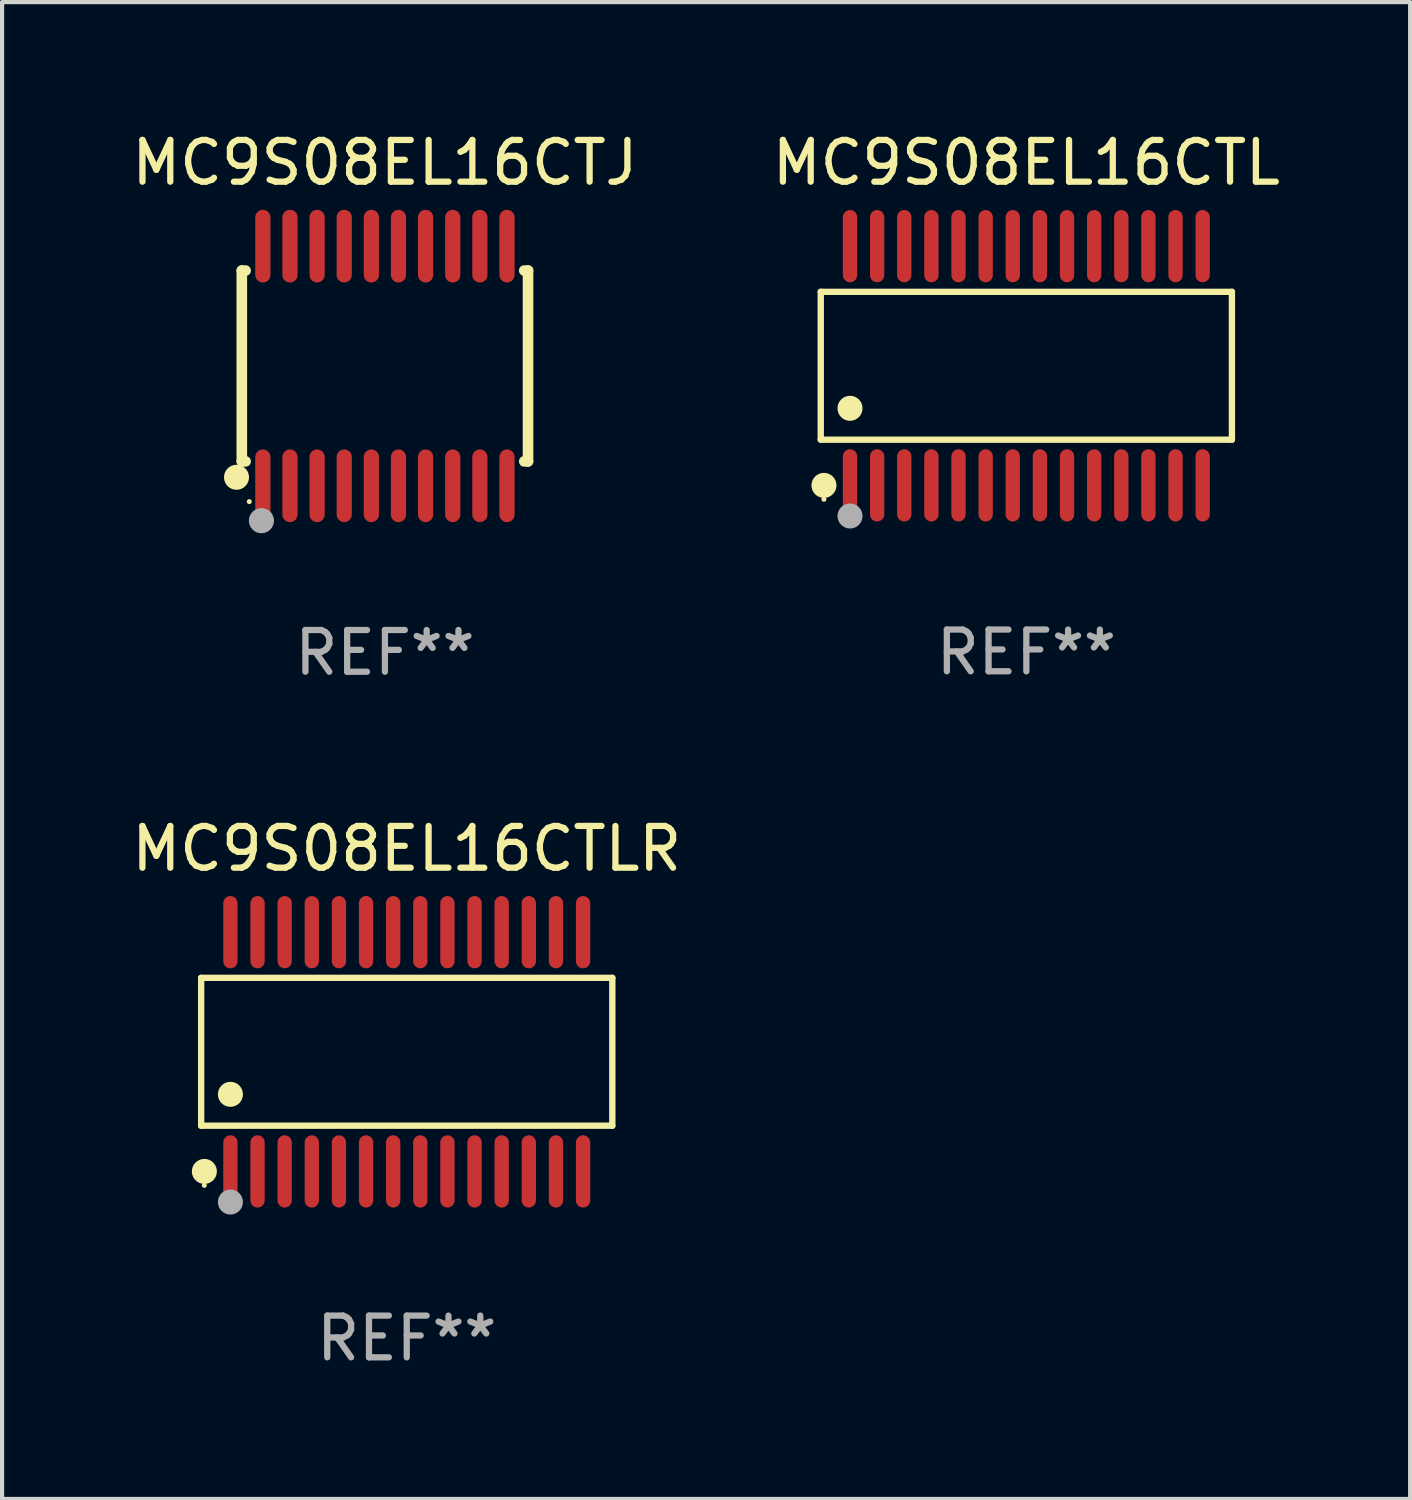
<source format=kicad_pcb>
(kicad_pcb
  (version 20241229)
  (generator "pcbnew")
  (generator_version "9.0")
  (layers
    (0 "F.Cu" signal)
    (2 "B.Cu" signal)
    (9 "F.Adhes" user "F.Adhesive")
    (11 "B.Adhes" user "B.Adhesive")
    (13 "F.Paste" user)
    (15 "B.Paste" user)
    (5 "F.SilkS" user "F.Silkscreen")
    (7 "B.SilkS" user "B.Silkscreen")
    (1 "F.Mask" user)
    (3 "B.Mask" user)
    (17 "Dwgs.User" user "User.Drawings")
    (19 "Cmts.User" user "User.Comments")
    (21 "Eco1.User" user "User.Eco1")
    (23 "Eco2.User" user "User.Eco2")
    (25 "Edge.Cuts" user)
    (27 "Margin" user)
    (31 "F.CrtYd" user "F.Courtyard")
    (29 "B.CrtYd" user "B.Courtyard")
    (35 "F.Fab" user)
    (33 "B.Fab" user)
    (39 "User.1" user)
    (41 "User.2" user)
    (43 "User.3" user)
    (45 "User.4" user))
  (footprint "MC9S08EL16CTL"
    (layer "F.Cu")
    (at 21.542 5.714)
    (property "Reference" "MC9S08EL16CTL" (at 0 -4.866 0) (layer "F.SilkS") (effects (font (size 1 1) (thickness 0.15))))
    (attr through_hole)
    (fp_line (start -4.926 -1.772) (end 4.926 -1.772) (stroke (width 0.152) (type solid)) (layer "F.SilkS"))
    (fp_line (start -4.926 1.771) (end -4.926 -1.772) (stroke (width 0.152) (type solid)) (layer "F.SilkS"))
    (fp_line (start 4.926 -1.772) (end 4.926 1.771) (stroke (width 0.152) (type solid)) (layer "F.SilkS"))
    (fp_line (start 4.926 1.771) (end -4.926 1.771) (stroke (width 0.152) (type solid)) (layer "F.SilkS"))
    (fp_circle (center -4.85 3.2) (end -4.82 3.2) (stroke (width 0.06) (type solid)) (fill no) (layer "F.SilkS"))
    (fp_circle (center -4.849 2.866) (end -4.699 2.866) (stroke (width 0.3) (type solid)) (fill no) (layer "F.SilkS"))
    (fp_circle (center -4.225 1.019) (end -4.075 1.019) (stroke (width 0.3) (type solid)) (fill no) (layer "F.SilkS"))
    (fp_circle (center -4.225 3.6) (end -4.075 3.6) (stroke (width 0.3) (type solid)) (fill no) (layer "F.Fab"))
    (fp_text user "REF**" (at 0 6.866 0) (layer "F.Fab") (effects (font (size 1 1) (thickness 0.15))))
    (pad "1" smd oval (at -4.225 2.866) (size 0.343 1.731) (layers "F.Cu" "F.Mask" "F.Paste"))
    (pad "2" smd oval (at -3.575 2.866) (size 0.343 1.731) (layers "F.Cu" "F.Mask" "F.Paste"))
    (pad "3" smd oval (at -2.925 2.866) (size 0.343 1.731) (layers "F.Cu" "F.Mask" "F.Paste"))
    (pad "4" smd oval (at -2.275 2.866) (size 0.343 1.731) (layers "F.Cu" "F.Mask" "F.Paste"))
    (pad "5" smd oval (at -1.625 2.866) (size 0.343 1.731) (layers "F.Cu" "F.Mask" "F.Paste"))
    (pad "6" smd oval (at -0.975 2.866) (size 0.343 1.731) (layers "F.Cu" "F.Mask" "F.Paste"))
    (pad "7" smd oval (at -0.325 2.866) (size 0.343 1.731) (layers "F.Cu" "F.Mask" "F.Paste"))
    (pad "8" smd oval (at 0.325 2.866) (size 0.343 1.731) (layers "F.Cu" "F.Mask" "F.Paste"))
    (pad "9" smd oval (at 0.975 2.866) (size 0.343 1.731) (layers "F.Cu" "F.Mask" "F.Paste"))
    (pad "10" smd oval (at 1.625 2.866) (size 0.343 1.731) (layers "F.Cu" "F.Mask" "F.Paste"))
    (pad "11" smd oval (at 2.275 2.866) (size 0.343 1.731) (layers "F.Cu" "F.Mask" "F.Paste"))
    (pad "12" smd oval (at 2.925 2.866) (size 0.343 1.731) (layers "F.Cu" "F.Mask" "F.Paste"))
    (pad "13" smd oval (at 3.575 2.866) (size 0.343 1.731) (layers "F.Cu" "F.Mask" "F.Paste"))
    (pad "14" smd oval (at 4.225 2.866) (size 0.343 1.731) (layers "F.Cu" "F.Mask" "F.Paste"))
    (pad "15" smd oval (at 4.225 -2.866) (size 0.343 1.731) (layers "F.Cu" "F.Mask" "F.Paste"))
    (pad "16" smd oval (at 3.575 -2.866) (size 0.343 1.731) (layers "F.Cu" "F.Mask" "F.Paste"))
    (pad "17" smd oval (at 2.925 -2.866) (size 0.343 1.731) (layers "F.Cu" "F.Mask" "F.Paste"))
    (pad "18" smd oval (at 2.275 -2.866) (size 0.343 1.731) (layers "F.Cu" "F.Mask" "F.Paste"))
    (pad "19" smd oval (at 1.625 -2.866) (size 0.343 1.731) (layers "F.Cu" "F.Mask" "F.Paste"))
    (pad "20" smd oval (at 0.975 -2.866) (size 0.343 1.731) (layers "F.Cu" "F.Mask" "F.Paste"))
    (pad "21" smd oval (at 0.325 -2.866) (size 0.343 1.731) (layers "F.Cu" "F.Mask" "F.Paste"))
    (pad "22" smd oval (at -0.325 -2.866) (size 0.343 1.731) (layers "F.Cu" "F.Mask" "F.Paste"))
    (pad "23" smd oval (at -0.975 -2.866) (size 0.343 1.731) (layers "F.Cu" "F.Mask" "F.Paste"))
    (pad "24" smd oval (at -1.625 -2.866) (size 0.343 1.731) (layers "F.Cu" "F.Mask" "F.Paste"))
    (pad "25" smd oval (at -2.275 -2.866) (size 0.343 1.731) (layers "F.Cu" "F.Mask" "F.Paste"))
    (pad "26" smd oval (at -2.925 -2.866) (size 0.343 1.731) (layers "F.Cu" "F.Mask" "F.Paste"))
    (pad "27" smd oval (at -3.575 -2.866) (size 0.343 1.731) (layers "F.Cu" "F.Mask" "F.Paste"))
    (pad "28" smd oval (at -4.225 -2.866) (size 0.343 1.731) (layers "F.Cu" "F.Mask" "F.Paste")))
  (footprint "MC9S08EL16CTLR"
    (layer "F.Cu")
    (at 6.696 22.152)
    (property "Reference" "MC9S08EL16CTLR" (at 0 -4.866 0) (layer "F.SilkS") (effects (font (size 1 1) (thickness 0.15))))
    (attr through_hole)
    (fp_line (start -4.926 -1.772) (end 4.926 -1.772) (stroke (width 0.152) (type solid)) (layer "F.SilkS"))
    (fp_line (start -4.926 1.771) (end -4.926 -1.772) (stroke (width 0.152) (type solid)) (layer "F.SilkS"))
    (fp_line (start 4.926 -1.772) (end 4.926 1.771) (stroke (width 0.152) (type solid)) (layer "F.SilkS"))
    (fp_line (start 4.926 1.771) (end -4.926 1.771) (stroke (width 0.152) (type solid)) (layer "F.SilkS"))
    (fp_circle (center -4.85 3.2) (end -4.82 3.2) (stroke (width 0.06) (type solid)) (fill no) (layer "F.SilkS"))
    (fp_circle (center -4.849 2.866) (end -4.699 2.866) (stroke (width 0.3) (type solid)) (fill no) (layer "F.SilkS"))
    (fp_circle (center -4.225 1.019) (end -4.075 1.019) (stroke (width 0.3) (type solid)) (fill no) (layer "F.SilkS"))
    (fp_circle (center -4.225 3.6) (end -4.075 3.6) (stroke (width 0.3) (type solid)) (fill no) (layer "F.Fab"))
    (fp_text user "REF**" (at 0 6.866 0) (layer "F.Fab") (effects (font (size 1 1) (thickness 0.15))))
    (pad "1" smd oval (at -4.225 2.866) (size 0.343 1.731) (layers "F.Cu" "F.Mask" "F.Paste"))
    (pad "2" smd oval (at -3.575 2.866) (size 0.343 1.731) (layers "F.Cu" "F.Mask" "F.Paste"))
    (pad "3" smd oval (at -2.925 2.866) (size 0.343 1.731) (layers "F.Cu" "F.Mask" "F.Paste"))
    (pad "4" smd oval (at -2.275 2.866) (size 0.343 1.731) (layers "F.Cu" "F.Mask" "F.Paste"))
    (pad "5" smd oval (at -1.625 2.866) (size 0.343 1.731) (layers "F.Cu" "F.Mask" "F.Paste"))
    (pad "6" smd oval (at -0.975 2.866) (size 0.343 1.731) (layers "F.Cu" "F.Mask" "F.Paste"))
    (pad "7" smd oval (at -0.325 2.866) (size 0.343 1.731) (layers "F.Cu" "F.Mask" "F.Paste"))
    (pad "8" smd oval (at 0.325 2.866) (size 0.343 1.731) (layers "F.Cu" "F.Mask" "F.Paste"))
    (pad "9" smd oval (at 0.975 2.866) (size 0.343 1.731) (layers "F.Cu" "F.Mask" "F.Paste"))
    (pad "10" smd oval (at 1.625 2.866) (size 0.343 1.731) (layers "F.Cu" "F.Mask" "F.Paste"))
    (pad "11" smd oval (at 2.275 2.866) (size 0.343 1.731) (layers "F.Cu" "F.Mask" "F.Paste"))
    (pad "12" smd oval (at 2.925 2.866) (size 0.343 1.731) (layers "F.Cu" "F.Mask" "F.Paste"))
    (pad "13" smd oval (at 3.575 2.866) (size 0.343 1.731) (layers "F.Cu" "F.Mask" "F.Paste"))
    (pad "14" smd oval (at 4.225 2.866) (size 0.343 1.731) (layers "F.Cu" "F.Mask" "F.Paste"))
    (pad "15" smd oval (at 4.225 -2.866) (size 0.343 1.731) (layers "F.Cu" "F.Mask" "F.Paste"))
    (pad "16" smd oval (at 3.575 -2.866) (size 0.343 1.731) (layers "F.Cu" "F.Mask" "F.Paste"))
    (pad "17" smd oval (at 2.925 -2.866) (size 0.343 1.731) (layers "F.Cu" "F.Mask" "F.Paste"))
    (pad "18" smd oval (at 2.275 -2.866) (size 0.343 1.731) (layers "F.Cu" "F.Mask" "F.Paste"))
    (pad "19" smd oval (at 1.625 -2.866) (size 0.343 1.731) (layers "F.Cu" "F.Mask" "F.Paste"))
    (pad "20" smd oval (at 0.975 -2.866) (size 0.343 1.731) (layers "F.Cu" "F.Mask" "F.Paste"))
    (pad "21" smd oval (at 0.325 -2.866) (size 0.343 1.731) (layers "F.Cu" "F.Mask" "F.Paste"))
    (pad "22" smd oval (at -0.325 -2.866) (size 0.343 1.731) (layers "F.Cu" "F.Mask" "F.Paste"))
    (pad "23" smd oval (at -0.975 -2.866) (size 0.343 1.731) (layers "F.Cu" "F.Mask" "F.Paste"))
    (pad "24" smd oval (at -1.625 -2.866) (size 0.343 1.731) (layers "F.Cu" "F.Mask" "F.Paste"))
    (pad "25" smd oval (at -2.275 -2.866) (size 0.343 1.731) (layers "F.Cu" "F.Mask" "F.Paste"))
    (pad "26" smd oval (at -2.925 -2.866) (size 0.343 1.731) (layers "F.Cu" "F.Mask" "F.Paste"))
    (pad "27" smd oval (at -3.575 -2.866) (size 0.343 1.731) (layers "F.Cu" "F.Mask" "F.Paste"))
    (pad "28" smd oval (at -4.225 -2.866) (size 0.343 1.731) (layers "F.Cu" "F.Mask" "F.Paste")))
  (footprint "MC9S08EL16CTJ"
    (layer "F.Cu")
    (at 6.173 5.719)
    (property "Reference" "MC9S08EL16CTJ" (at 0 -4.871 0) (layer "F.SilkS") (effects (font (size 1 1) (thickness 0.15))))
    (attr through_hole)
    (fp_line (start -3.429 -2.286) (end -3.429 2.286) (stroke (width 0.254) (type solid)) (layer "F.SilkS"))
    (fp_line (start -3.429 2.286) (end -3.338 2.286) (stroke (width 0.254) (type solid)) (layer "F.SilkS"))
    (fp_line (start -3.338 -2.286) (end -3.429 -2.286) (stroke (width 0.254) (type solid)) (layer "F.SilkS"))
    (fp_line (start 3.338 -2.286) (end 3.429 -2.286) (stroke (width 0.254) (type solid)) (layer "F.SilkS"))
    (fp_line (start 3.429 -2.286) (end 3.429 2.286) (stroke (width 0.254) (type solid)) (layer "F.SilkS"))
    (fp_line (start 3.429 2.286) (end 3.338 2.286) (stroke (width 0.254) (type solid)) (layer "F.SilkS"))
    (fp_circle (center -3.556 2.667) (end -3.406 2.667) (stroke (width 0.3) (type solid)) (fill no) (layer "F.SilkS"))
    (fp_circle (center -3.25 3.25) (end -3.22 3.25) (stroke (width 0.06) (type solid)) (fill no) (layer "F.SilkS"))
    (fp_circle (center -2.959 3.707) (end -2.808 3.707) (stroke (width 0.3) (type solid)) (fill no) (layer "F.Fab"))
    (fp_text user "REF**" (at 0 6.871 0) (layer "F.Fab") (effects (font (size 1 1) (thickness 0.15))))
    (pad "1" smd oval (at -2.925 2.871) (size 0.364 1.742) (layers "F.Cu" "F.Mask" "F.Paste"))
    (pad "2" smd oval (at -2.275 2.871) (size 0.364 1.742) (layers "F.Cu" "F.Mask" "F.Paste"))
    (pad "3" smd oval (at -1.625 2.871) (size 0.364 1.742) (layers "F.Cu" "F.Mask" "F.Paste"))
    (pad "4" smd oval (at -0.975 2.871) (size 0.364 1.742) (layers "F.Cu" "F.Mask" "F.Paste"))
    (pad "5" smd oval (at -0.325 2.871) (size 0.364 1.742) (layers "F.Cu" "F.Mask" "F.Paste"))
    (pad "6" smd oval (at 0.325 2.871) (size 0.364 1.742) (layers "F.Cu" "F.Mask" "F.Paste"))
    (pad "7" smd oval (at 0.975 2.871) (size 0.364 1.742) (layers "F.Cu" "F.Mask" "F.Paste"))
    (pad "8" smd oval (at 1.625 2.871) (size 0.364 1.742) (layers "F.Cu" "F.Mask" "F.Paste"))
    (pad "9" smd oval (at 2.275 2.871) (size 0.364 1.742) (layers "F.Cu" "F.Mask" "F.Paste"))
    (pad "10" smd oval (at 2.925 2.871) (size 0.364 1.742) (layers "F.Cu" "F.Mask" "F.Paste"))
    (pad "11" smd oval (at 2.925 -2.871) (size 0.364 1.742) (layers "F.Cu" "F.Mask" "F.Paste"))
    (pad "12" smd oval (at 2.275 -2.871) (size 0.364 1.742) (layers "F.Cu" "F.Mask" "F.Paste"))
    (pad "13" smd oval (at 1.625 -2.871) (size 0.364 1.742) (layers "F.Cu" "F.Mask" "F.Paste"))
    (pad "14" smd oval (at 0.975 -2.871) (size 0.364 1.742) (layers "F.Cu" "F.Mask" "F.Paste"))
    (pad "15" smd oval (at 0.325 -2.871) (size 0.364 1.742) (layers "F.Cu" "F.Mask" "F.Paste"))
    (pad "16" smd oval (at -0.325 -2.871) (size 0.364 1.742) (layers "F.Cu" "F.Mask" "F.Paste"))
    (pad "17" smd oval (at -0.975 -2.871) (size 0.364 1.742) (layers "F.Cu" "F.Mask" "F.Paste"))
    (pad "18" smd oval (at -1.625 -2.871) (size 0.364 1.742) (layers "F.Cu" "F.Mask" "F.Paste"))
    (pad "19" smd oval (at -2.275 -2.871) (size 0.364 1.742) (layers "F.Cu" "F.Mask" "F.Paste"))
    (pad "20" smd oval (at -2.925 -2.871) (size 0.364 1.742) (layers "F.Cu" "F.Mask" "F.Paste")))
  (gr_rect
    (start -3 -3)
    (end 30.738 32.866)
    (stroke (width 0.1) (type default))
    (fill no)
    (layer "Edge.Cuts")))
</source>
